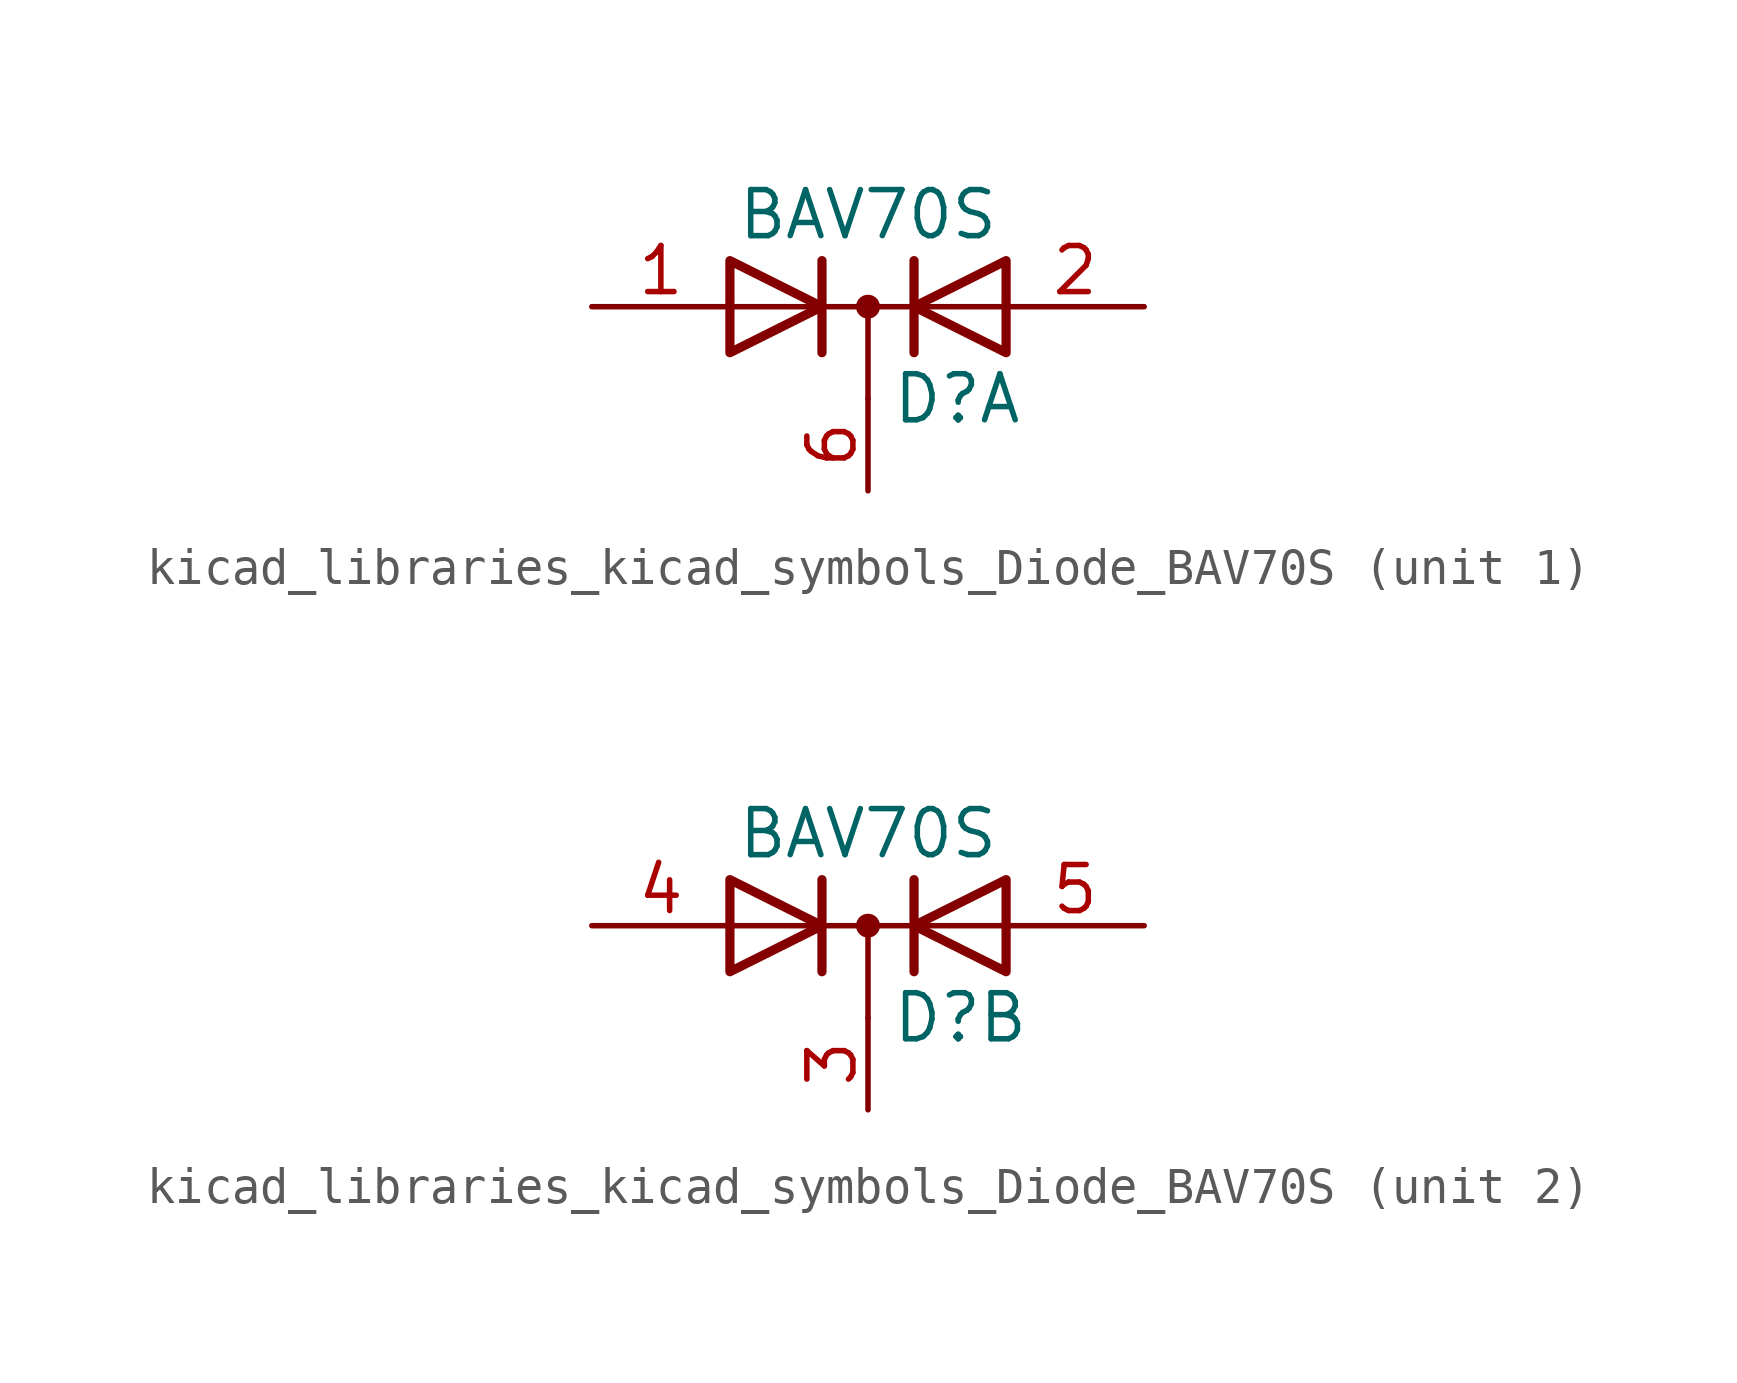
<source format=kicad_sym>
(kicad_symbol_lib
  (version 20220914)
  (generator kicad_symbol_editor)
  (symbol "kicad_libraries_kicad_symbols_Diode_BAV70S"
    (pin_names
      (offset 0.762) hide)
    (property "Reference" "D"
      (at 0.635 -2.54 0)
      (effects (font (size 1.27 1.27)) (justify left)))
    (property "Value" "BAV70S"
      (at 0 2.54 0)
      (effects (font (size 1.27 1.27))))
    (symbol "kicad_libraries_kicad_symbols_Diode_BAV70S_0_1"
      (polyline (pts (xy -3.81 0) (xy 3.81 0)) (stroke (width 0) (type default)) (fill (type none)))
      (polyline (pts (xy 0 0) (xy 0 -2.54)) (stroke (width 0) (type default)) (fill (type none)))
      (polyline (pts (xy -1.27 -1.27) (xy -1.27 1.27) (xy -1.27 1.27)) (stroke (width 0.254) (type default)) (fill (type none)))
      (polyline (pts (xy 1.27 -1.27) (xy 1.27 1.27) (xy 1.27 1.27)) (stroke (width 0.254) (type default)) (fill (type none)))
      (polyline (pts (xy -3.81 1.27) (xy -1.27 0) (xy -3.81 -1.27) (xy -3.81 1.27) (xy -3.81 1.27) (xy -3.81 1.27)) (stroke (width 0.254) (type default)) (fill (type none)))
      (polyline (pts (xy 3.81 -1.27) (xy 1.27 0) (xy 3.81 1.27) (xy 3.81 -1.27) (xy 3.81 -1.27) (xy 3.81 -1.27)) (stroke (width 0.254) (type default)) (fill (type none)))
      (circle (center 0 0) (radius 0.254) (stroke (width 0) (type default)) (fill (type outline))))
    (symbol "kicad_libraries_kicad_symbols_Diode_BAV70S_1_1"
      (pin passive line (at -7.62 0 0) (length 3.81) (name "A" (effects (font (size 1.27 1.27)))) (number "1" (effects (font (size 1.27 1.27)))))
      (pin passive line (at 7.62 0 180) (length 3.81) (name "A" (effects (font (size 1.27 1.27)))) (number "2" (effects (font (size 1.27 1.27)))))
      (pin passive line (at 0 -5.08 90) (length 2.54) (name "K" (effects (font (size 1.27 1.27)))) (number "6" (effects (font (size 1.27 1.27))))))
    (symbol "kicad_libraries_kicad_symbols_Diode_BAV70S_2_1"
      (pin passive line (at 0 -5.08 90) (length 2.54) (name "K" (effects (font (size 1.27 1.27)))) (number "3" (effects (font (size 1.27 1.27)))))
      (pin passive line (at -7.62 0 0) (length 3.81) (name "A" (effects (font (size 1.27 1.27)))) (number "4" (effects (font (size 1.27 1.27)))))
      (pin passive line (at 7.62 0 180) (length 3.81) (name "A" (effects (font (size 1.27 1.27)))) (number "5" (effects (font (size 1.27 1.27))))))))
</source>
